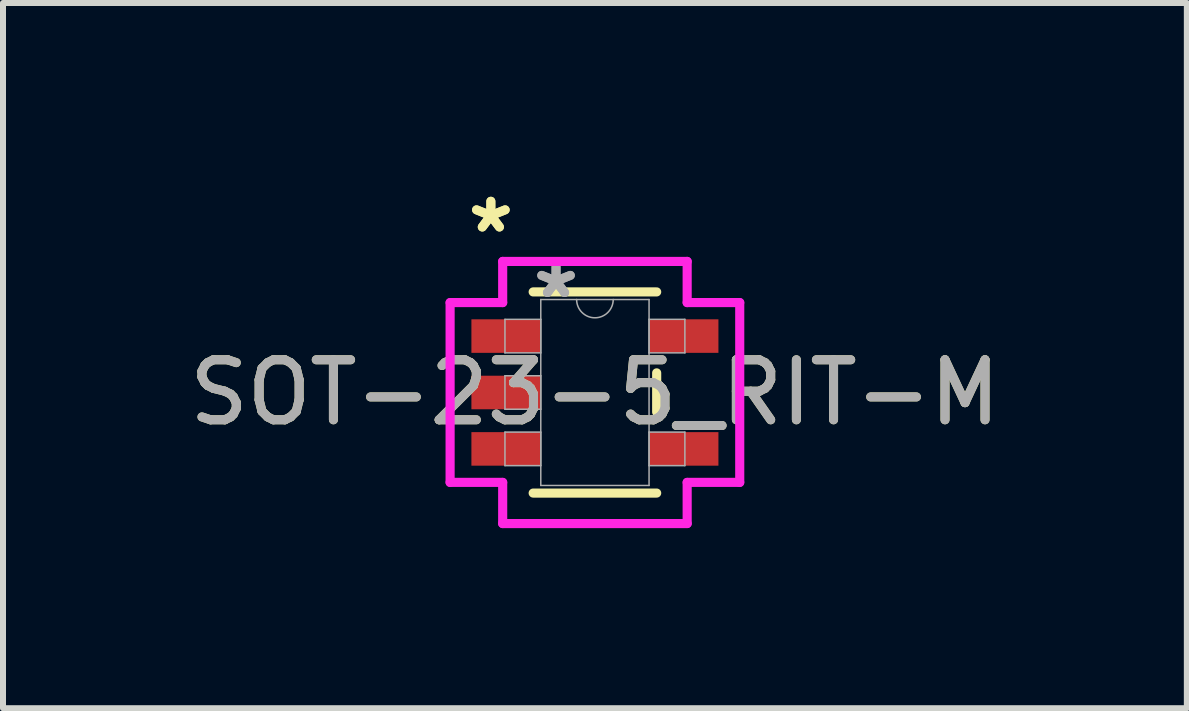
<source format=kicad_pcb>
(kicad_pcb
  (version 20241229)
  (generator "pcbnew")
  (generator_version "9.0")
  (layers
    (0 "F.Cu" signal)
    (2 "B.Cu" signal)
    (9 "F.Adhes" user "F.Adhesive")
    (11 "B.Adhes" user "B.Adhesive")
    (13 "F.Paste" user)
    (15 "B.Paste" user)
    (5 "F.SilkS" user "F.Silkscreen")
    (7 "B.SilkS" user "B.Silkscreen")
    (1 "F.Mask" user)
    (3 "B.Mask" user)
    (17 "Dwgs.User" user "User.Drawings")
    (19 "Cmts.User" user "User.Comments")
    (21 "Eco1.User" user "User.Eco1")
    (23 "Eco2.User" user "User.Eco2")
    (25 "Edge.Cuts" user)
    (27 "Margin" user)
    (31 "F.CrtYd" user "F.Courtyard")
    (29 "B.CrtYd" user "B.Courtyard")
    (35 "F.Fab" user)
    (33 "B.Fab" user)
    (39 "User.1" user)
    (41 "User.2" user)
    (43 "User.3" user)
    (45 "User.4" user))
  (footprint "SOT-23-5_RIT-M"
    (layer "F.Cu")
    (at 6.863 3.49)
    (property "Reference" "SOT-23-5_RIT-M" (at 0 0 0) (unlocked yes) (layer "F.SilkS") (effects (font (size 1 1) (thickness 0.15))))
    (attr smd)
    (fp_line (start -1.029 1.676) (end 1.029 1.676) (stroke (width 0.152) (type solid)) (layer "F.SilkS"))
    (fp_line (start 1.029 -1.676) (end -1.029 -1.676) (stroke (width 0.152) (type solid)) (layer "F.SilkS"))
    (fp_line (start 1.029 0.327) (end 1.029 -0.327) (stroke (width 0.152) (type solid)) (layer "F.SilkS"))
    (fp_line (start -2.413 -1.498) (end -1.537 -1.498) (stroke (width 0.152) (type solid)) (layer "F.CrtYd"))
    (fp_line (start -2.413 1.498) (end -2.413 -1.498) (stroke (width 0.152) (type solid)) (layer "F.CrtYd"))
    (fp_line (start -1.537 -2.184) (end 1.537 -2.184) (stroke (width 0.152) (type solid)) (layer "F.CrtYd"))
    (fp_line (start -1.537 -1.498) (end -1.537 -2.184) (stroke (width 0.152) (type solid)) (layer "F.CrtYd"))
    (fp_line (start -1.537 1.498) (end -2.413 1.498) (stroke (width 0.152) (type solid)) (layer "F.CrtYd"))
    (fp_line (start -1.537 2.184) (end -1.537 1.498) (stroke (width 0.152) (type solid)) (layer "F.CrtYd"))
    (fp_line (start 1.537 -2.184) (end 1.537 -1.498) (stroke (width 0.152) (type solid)) (layer "F.CrtYd"))
    (fp_line (start 1.537 -1.498) (end 2.413 -1.498) (stroke (width 0.152) (type solid)) (layer "F.CrtYd"))
    (fp_line (start 1.537 1.498) (end 1.537 2.184) (stroke (width 0.152) (type solid)) (layer "F.CrtYd"))
    (fp_line (start 1.537 2.184) (end -1.537 2.184) (stroke (width 0.152) (type solid)) (layer "F.CrtYd"))
    (fp_line (start 2.413 -1.498) (end 2.413 1.498) (stroke (width 0.152) (type solid)) (layer "F.CrtYd"))
    (fp_line (start 2.413 1.498) (end 1.537 1.498) (stroke (width 0.152) (type solid)) (layer "F.CrtYd"))
    (fp_line (start -1.499 -1.219) (end -1.499 -0.66) (stroke (width 0.025) (type solid)) (layer "F.Fab"))
    (fp_line (start -1.499 -0.66) (end -0.902 -0.66) (stroke (width 0.025) (type solid)) (layer "F.Fab"))
    (fp_line (start -1.499 -0.279) (end -1.499 0.279) (stroke (width 0.025) (type solid)) (layer "F.Fab"))
    (fp_line (start -1.499 0.279) (end -0.902 0.279) (stroke (width 0.025) (type solid)) (layer "F.Fab"))
    (fp_line (start -1.499 0.66) (end -1.499 1.219) (stroke (width 0.025) (type solid)) (layer "F.Fab"))
    (fp_line (start -1.499 1.219) (end -0.902 1.219) (stroke (width 0.025) (type solid)) (layer "F.Fab"))
    (fp_line (start -0.902 -1.549) (end -0.902 1.549) (stroke (width 0.025) (type solid)) (layer "F.Fab"))
    (fp_line (start -0.902 -1.219) (end -1.499 -1.219) (stroke (width 0.025) (type solid)) (layer "F.Fab"))
    (fp_line (start -0.902 -0.66) (end -0.902 -1.219) (stroke (width 0.025) (type solid)) (layer "F.Fab"))
    (fp_line (start -0.902 -0.279) (end -1.499 -0.279) (stroke (width 0.025) (type solid)) (layer "F.Fab"))
    (fp_line (start -0.902 0.279) (end -0.902 -0.279) (stroke (width 0.025) (type solid)) (layer "F.Fab"))
    (fp_line (start -0.902 0.66) (end -1.499 0.66) (stroke (width 0.025) (type solid)) (layer "F.Fab"))
    (fp_line (start -0.902 1.219) (end -0.902 0.66) (stroke (width 0.025) (type solid)) (layer "F.Fab"))
    (fp_line (start -0.902 1.549) (end 0.902 1.549) (stroke (width 0.025) (type solid)) (layer "F.Fab"))
    (fp_line (start 0.902 -1.549) (end -0.902 -1.549) (stroke (width 0.025) (type solid)) (layer "F.Fab"))
    (fp_line (start 0.902 -1.219) (end 0.902 -0.66) (stroke (width 0.025) (type solid)) (layer "F.Fab"))
    (fp_line (start 0.902 -0.66) (end 1.499 -0.66) (stroke (width 0.025) (type solid)) (layer "F.Fab"))
    (fp_line (start 0.902 0.66) (end 0.902 1.219) (stroke (width 0.025) (type solid)) (layer "F.Fab"))
    (fp_line (start 0.902 1.219) (end 1.499 1.219) (stroke (width 0.025) (type solid)) (layer "F.Fab"))
    (fp_line (start 0.902 1.549) (end 0.902 -1.549) (stroke (width 0.025) (type solid)) (layer "F.Fab"))
    (fp_line (start 1.499 -1.219) (end 0.902 -1.219) (stroke (width 0.025) (type solid)) (layer "F.Fab"))
    (fp_line (start 1.499 -0.66) (end 1.499 -1.219) (stroke (width 0.025) (type solid)) (layer "F.Fab"))
    (fp_line (start 1.499 0.66) (end 0.902 0.66) (stroke (width 0.025) (type solid)) (layer "F.Fab"))
    (fp_line (start 1.499 1.219) (end 1.499 0.66) (stroke (width 0.025) (type solid)) (layer "F.Fab"))
    (fp_arc (start 0.3048 -1.5494) (mid 0 -1.2446) (end -0.3048 -1.5494) (stroke (width 0.0254) (type solid)) (layer "F.Fab"))
    (fp_text user "*" (at -1.734 -2.641 0) (layer "F.SilkS") (effects (font (size 1 1) (thickness 0.15))))
    (fp_text user "*" (at -1.734 -2.641 0) (unlocked yes) (layer "F.SilkS") (effects (font (size 1 1) (thickness 0.15))))
    (fp_text user "*" (at -0.648 -1.549 0) (unlocked yes) (layer "F.Fab") (effects (font (size 1 1) (thickness 0.15))))
    (fp_text user "${REFERENCE}" (at 0 0 0) (unlocked yes) (layer "F.Fab") (effects (font (size 1 1) (thickness 0.15))))
    (fp_text user "*" (at -0.648 -1.549 0) (layer "F.Fab") (effects (font (size 1 1) (thickness 0.15))))
    (pad "1" smd rect (at -1.48 -0.94) (size 1.156 0.559) (layers "F.Cu" "F.Mask" "F.Paste"))
    (pad "2" smd rect (at -1.48 0) (size 1.156 0.559) (layers "F.Cu" "F.Mask" "F.Paste"))
    (pad "3" smd rect (at -1.48 0.94) (size 1.156 0.559) (layers "F.Cu" "F.Mask" "F.Paste"))
    (pad "4" smd rect (at 1.48 0.94) (size 1.156 0.559) (layers "F.Cu" "F.Mask" "F.Paste"))
    (pad "5" smd rect (at 1.48 -0.94) (size 1.156 0.559) (layers "F.Cu" "F.Mask" "F.Paste")))
  (gr_rect
    (start -3 -3)
    (end 16.726 8.75)
    (stroke (width 0.1) (type default))
    (fill no)
    (layer "Edge.Cuts")))
</source>
